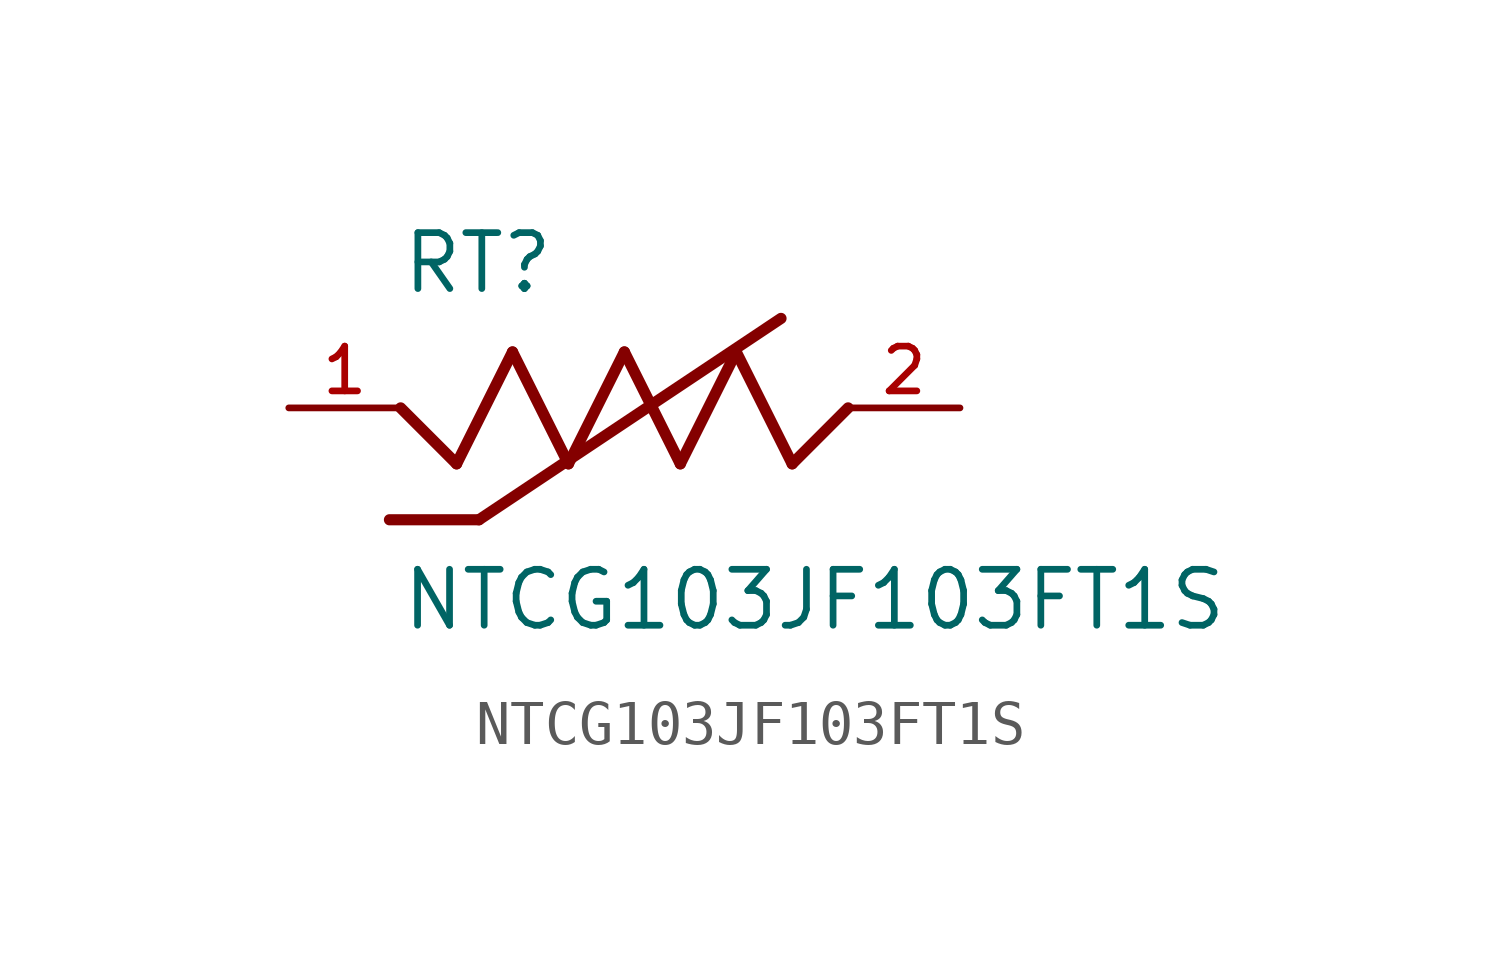
<source format=kicad_sym>
(kicad_symbol_lib
  (version 20211014)
  (generator kicad_symbol_editor)
  (symbol "NTCG103JF103FT1S"
    (pin_names
      (offset 1.016))
    (property "Reference" "RT"
      (at -5.091 2.546 0)
      (effects (font (size 1.27 1.27)) (justify bottom left)))
    (property "Value" "NTCG103JF103FT1S"
      (at -5.098 -5.098 0)
      (effects (font (size 1.27 1.27)) (justify bottom left)))
    (symbol "NTCG103JF103FT1S_0_0"
      (polyline (pts (xy -1.27 -1.27) (xy 0.0 1.27)) (stroke (width 0.254)))
      (polyline (pts (xy 0.0 1.27) (xy 1.27 -1.27)) (stroke (width 0.254)))
      (polyline (pts (xy 1.27 -1.27) (xy 2.54 1.27)) (stroke (width 0.254)))
      (polyline (pts (xy 2.54 1.27) (xy 3.81 -1.27)) (stroke (width 0.254)))
      (polyline (pts (xy 3.81 -1.27) (xy 5.08 0.0)) (stroke (width 0.254)))
      (polyline (pts (xy -1.27 -1.27) (xy -2.54 1.27)) (stroke (width 0.254)))
      (polyline (pts (xy -2.54 1.27) (xy -3.81 -1.27)) (stroke (width 0.254)))
      (polyline (pts (xy -3.81 -1.27) (xy -5.08 0.0)) (stroke (width 0.254)))
      (polyline (pts (xy -3.302 -2.54) (xy 3.556 2.032)) (stroke (width 0.254)))
      (polyline (pts (xy -3.302 -2.54) (xy -5.334 -2.54)) (stroke (width 0.254)))
      (pin passive line (at -7.62 0.0 0) (length 2.54) (name "~" (effects (font (size 1.016 1.016)))) (number "1" (effects (font (size 1.016 1.016)))))
      (pin passive line (at 7.62 0.0 180.0) (length 2.54) (name "~" (effects (font (size 1.016 1.016)))) (number "2" (effects (font (size 1.016 1.016))))))))
</source>
